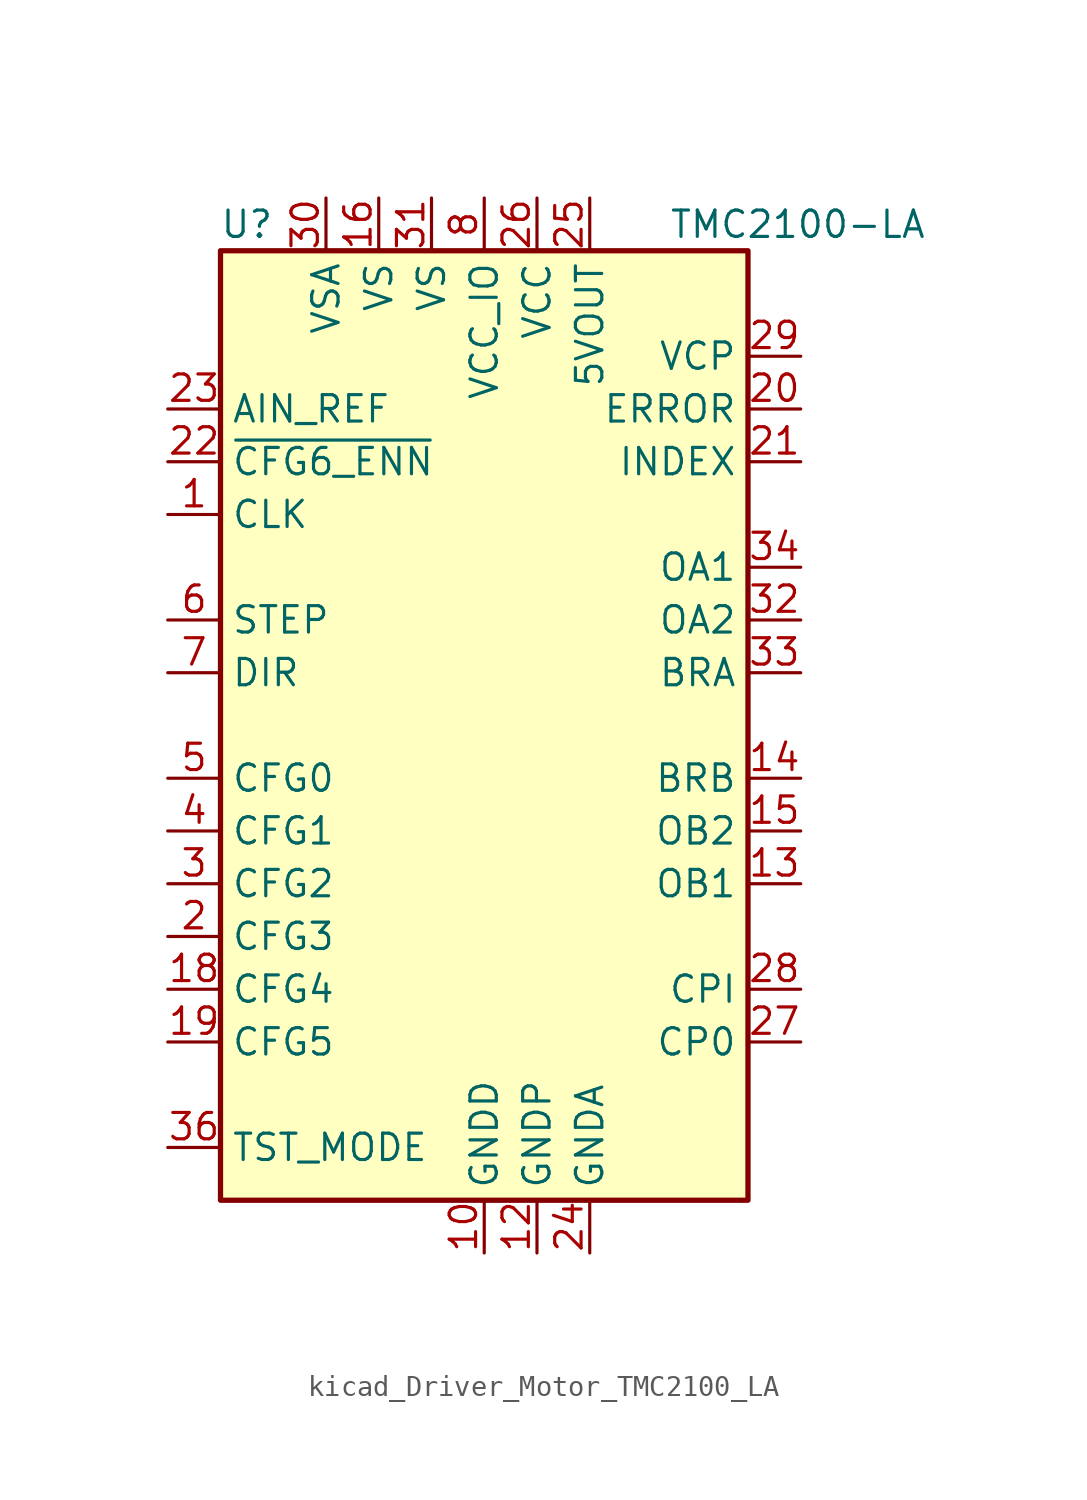
<source format=kicad_sym>
(kicad_symbol_lib
  (version 20220914)
  (generator kicad_symbol_editor)
  (symbol "kicad_Driver_Motor_TMC2100_LA"
    (property "Reference" "U"
      (at -11.43 24.13 0)
      (effects (font (size 1.27 1.27))))
    (property "Value" "TMC2100-LA"
      (at 8.89 24.13 0)
      (effects (font (size 1.27 1.27)) (justify left)))
    (symbol "kicad_Driver_Motor_TMC2100_LA_0_1"
      (rectangle (start -12.7 22.86) (end 12.7 -22.86) (stroke (width 0.254) (type default)) (fill (type background))))
    (symbol "kicad_Driver_Motor_TMC2100_LA_1_1"
      (pin input line (at -15.24 10.16 0) (length 2.54) (name "CLK" (effects (font (size 1.27 1.27)))) (number "1" (effects (font (size 1.27 1.27)))))
      (pin power_in line (at 0 -25.4 90) (length 2.54) (name "GNDD" (effects (font (size 1.27 1.27)))) (number "10" (effects (font (size 1.27 1.27)))))
      (pin passive line (at 0 -25.4 90) (length 2.54) hide (name "GNDD" (effects (font (size 1.27 1.27)))) (number "11" (effects (font (size 1.27 1.27)))))
      (pin power_in line (at 2.54 -25.4 90) (length 2.54) (name "GNDP" (effects (font (size 1.27 1.27)))) (number "12" (effects (font (size 1.27 1.27)))))
      (pin output line (at 15.24 -7.62 180) (length 2.54) (name "OB1" (effects (font (size 1.27 1.27)))) (number "13" (effects (font (size 1.27 1.27)))))
      (pin passive line (at 15.24 -2.54 180) (length 2.54) (name "BRB" (effects (font (size 1.27 1.27)))) (number "14" (effects (font (size 1.27 1.27)))))
      (pin output line (at 15.24 -5.08 180) (length 2.54) (name "OB2" (effects (font (size 1.27 1.27)))) (number "15" (effects (font (size 1.27 1.27)))))
      (pin power_in line (at -5.08 25.4 270) (length 2.54) (name "VS" (effects (font (size 1.27 1.27)))) (number "16" (effects (font (size 1.27 1.27)))))
      (pin no_connect line (at 12.7 10.16 180) (length 2.54) hide (name "DNC" (effects (font (size 1.27 1.27)))) (number "17" (effects (font (size 1.27 1.27)))))
      (pin input line (at -15.24 -12.7 0) (length 2.54) (name "CFG4" (effects (font (size 1.27 1.27)))) (number "18" (effects (font (size 1.27 1.27)))))
      (pin input line (at -15.24 -15.24 0) (length 2.54) (name "CFG5" (effects (font (size 1.27 1.27)))) (number "19" (effects (font (size 1.27 1.27)))))
      (pin input line (at -15.24 -10.16 0) (length 2.54) (name "CFG3" (effects (font (size 1.27 1.27)))) (number "2" (effects (font (size 1.27 1.27)))))
      (pin open_collector line (at 15.24 15.24 180) (length 2.54) (name "ERROR" (effects (font (size 1.27 1.27)))) (number "20" (effects (font (size 1.27 1.27)))))
      (pin open_collector line (at 15.24 12.7 180) (length 2.54) (name "INDEX" (effects (font (size 1.27 1.27)))) (number "21" (effects (font (size 1.27 1.27)))))
      (pin input line (at -15.24 12.7 0) (length 2.54) (name "~{CFG6_ENN}" (effects (font (size 1.27 1.27)))) (number "22" (effects (font (size 1.27 1.27)))))
      (pin input line (at -15.24 15.24 0) (length 2.54) (name "AIN_REF" (effects (font (size 1.27 1.27)))) (number "23" (effects (font (size 1.27 1.27)))))
      (pin power_in line (at 5.08 -25.4 90) (length 2.54) (name "GNDA" (effects (font (size 1.27 1.27)))) (number "24" (effects (font (size 1.27 1.27)))))
      (pin power_out line (at 5.08 25.4 270) (length 2.54) (name "5VOUT" (effects (font (size 1.27 1.27)))) (number "25" (effects (font (size 1.27 1.27)))))
      (pin power_in line (at 2.54 25.4 270) (length 2.54) (name "VCC" (effects (font (size 1.27 1.27)))) (number "26" (effects (font (size 1.27 1.27)))))
      (pin passive line (at 15.24 -15.24 180) (length 2.54) (name "CP0" (effects (font (size 1.27 1.27)))) (number "27" (effects (font (size 1.27 1.27)))))
      (pin passive line (at 15.24 -12.7 180) (length 2.54) (name "CPI" (effects (font (size 1.27 1.27)))) (number "28" (effects (font (size 1.27 1.27)))))
      (pin passive line (at 15.24 17.78 180) (length 2.54) (name "VCP" (effects (font (size 1.27 1.27)))) (number "29" (effects (font (size 1.27 1.27)))))
      (pin input line (at -15.24 -7.62 0) (length 2.54) (name "CFG2" (effects (font (size 1.27 1.27)))) (number "3" (effects (font (size 1.27 1.27)))))
      (pin power_in line (at -7.62 25.4 270) (length 2.54) (name "VSA" (effects (font (size 1.27 1.27)))) (number "30" (effects (font (size 1.27 1.27)))))
      (pin power_in line (at -2.54 25.4 270) (length 2.54) (name "VS" (effects (font (size 1.27 1.27)))) (number "31" (effects (font (size 1.27 1.27)))))
      (pin output line (at 15.24 5.08 180) (length 2.54) (name "OA2" (effects (font (size 1.27 1.27)))) (number "32" (effects (font (size 1.27 1.27)))))
      (pin passive line (at 15.24 2.54 180) (length 2.54) (name "BRA" (effects (font (size 1.27 1.27)))) (number "33" (effects (font (size 1.27 1.27)))))
      (pin output line (at 15.24 7.62 180) (length 2.54) (name "OA1" (effects (font (size 1.27 1.27)))) (number "34" (effects (font (size 1.27 1.27)))))
      (pin passive line (at 2.54 -25.4 90) (length 2.54) hide (name "GNDP" (effects (font (size 1.27 1.27)))) (number "35" (effects (font (size 1.27 1.27)))))
      (pin input line (at -15.24 -20.32 0) (length 2.54) (name "TST_MODE" (effects (font (size 1.27 1.27)))) (number "36" (effects (font (size 1.27 1.27)))))
      (pin passive line (at 0 -25.4 90) (length 2.54) hide (name "GNDD" (effects (font (size 1.27 1.27)))) (number "37" (effects (font (size 1.27 1.27)))))
      (pin input line (at -15.24 -5.08 0) (length 2.54) (name "CFG1" (effects (font (size 1.27 1.27)))) (number "4" (effects (font (size 1.27 1.27)))))
      (pin input line (at -15.24 -2.54 0) (length 2.54) (name "CFG0" (effects (font (size 1.27 1.27)))) (number "5" (effects (font (size 1.27 1.27)))))
      (pin input line (at -15.24 5.08 0) (length 2.54) (name "STEP" (effects (font (size 1.27 1.27)))) (number "6" (effects (font (size 1.27 1.27)))))
      (pin input line (at -15.24 2.54 0) (length 2.54) (name "DIR" (effects (font (size 1.27 1.27)))) (number "7" (effects (font (size 1.27 1.27)))))
      (pin power_in line (at 0 25.4 270) (length 2.54) (name "VCC_IO" (effects (font (size 1.27 1.27)))) (number "8" (effects (font (size 1.27 1.27)))))
      (pin no_connect line (at 12.7 0 180) (length 2.54) hide (name "DNC" (effects (font (size 1.27 1.27)))) (number "9" (effects (font (size 1.27 1.27))))))))
</source>
